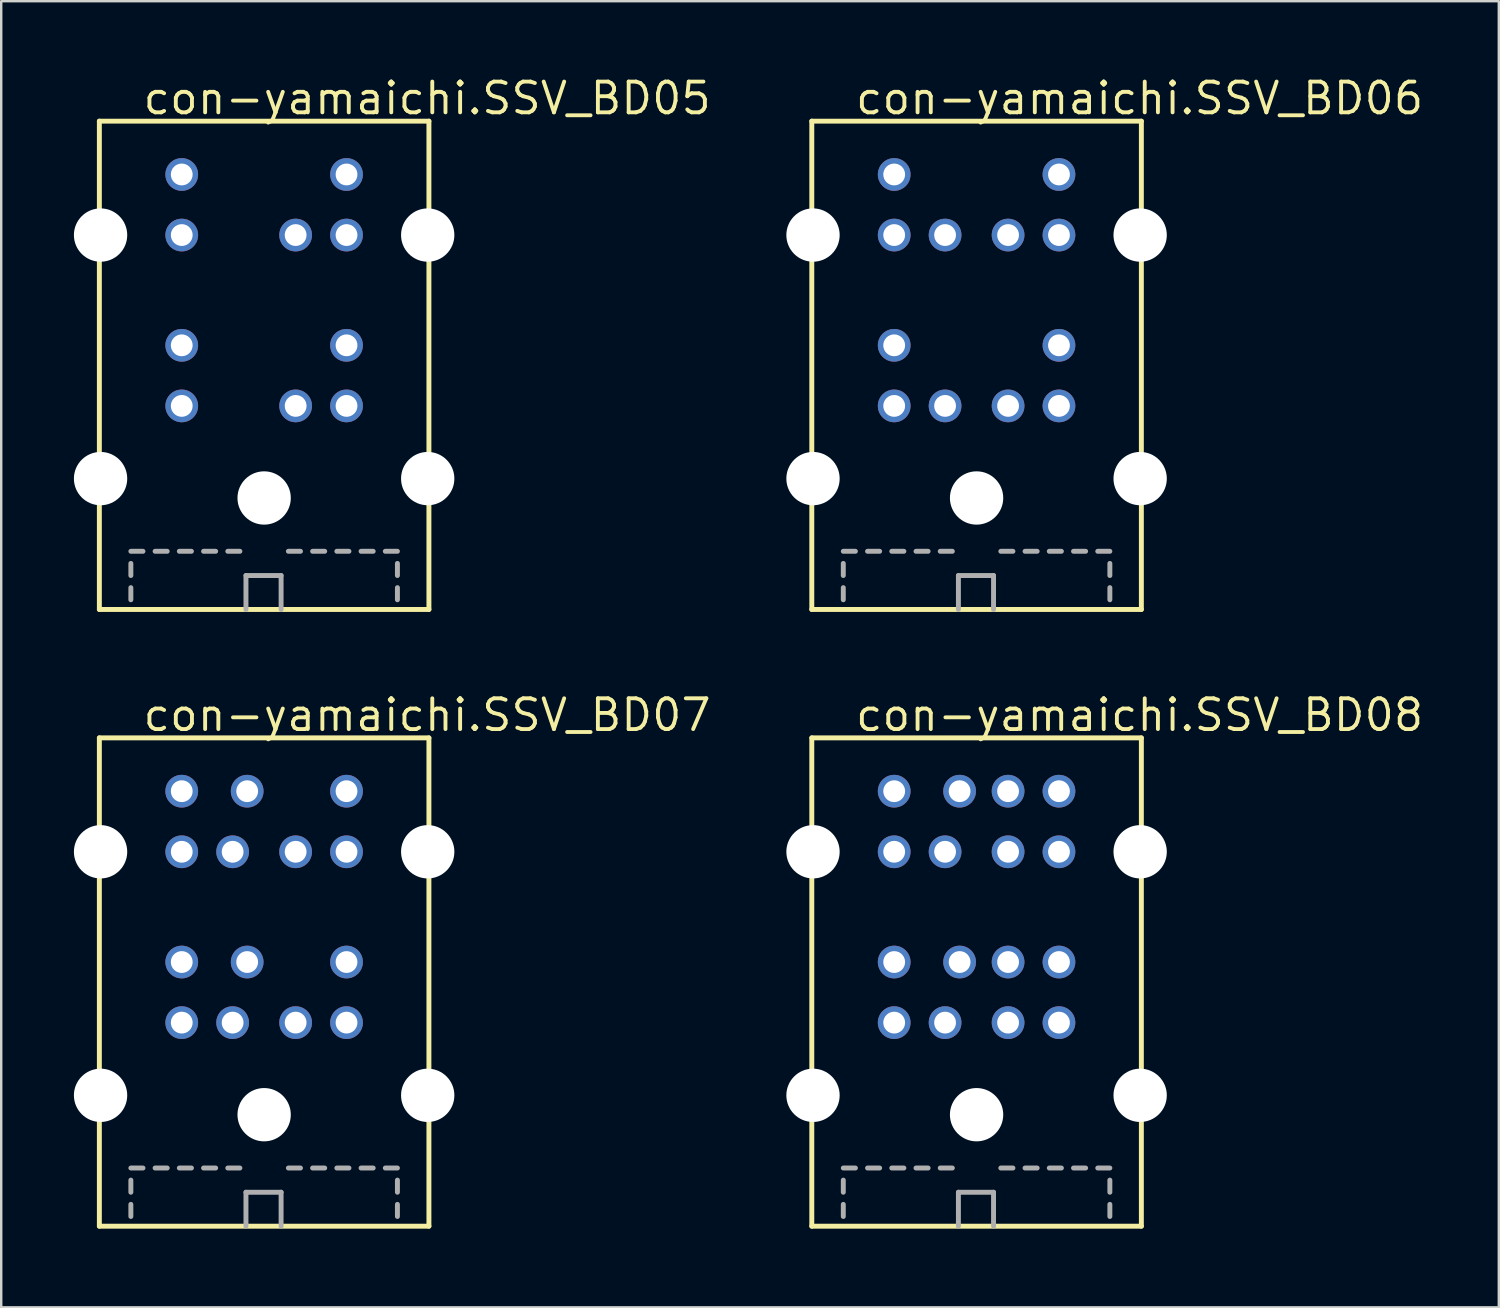
<source format=kicad_pcb>
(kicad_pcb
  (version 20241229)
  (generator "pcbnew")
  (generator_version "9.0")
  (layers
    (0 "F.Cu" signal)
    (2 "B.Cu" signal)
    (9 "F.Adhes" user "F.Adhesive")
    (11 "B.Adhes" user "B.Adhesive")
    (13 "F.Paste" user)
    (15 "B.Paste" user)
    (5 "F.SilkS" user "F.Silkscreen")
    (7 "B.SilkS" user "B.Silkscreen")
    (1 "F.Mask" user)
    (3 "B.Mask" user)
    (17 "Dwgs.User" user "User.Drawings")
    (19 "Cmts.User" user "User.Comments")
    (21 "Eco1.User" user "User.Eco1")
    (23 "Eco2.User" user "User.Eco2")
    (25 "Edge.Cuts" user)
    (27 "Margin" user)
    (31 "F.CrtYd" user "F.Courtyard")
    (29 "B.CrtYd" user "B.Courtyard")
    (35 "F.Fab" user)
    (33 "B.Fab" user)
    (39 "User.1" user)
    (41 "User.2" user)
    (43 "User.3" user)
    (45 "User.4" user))
  (footprint "con-yamaichi.SSV_BD08"
    (layer "F.Cu")
    (at 37.25 47.65)
    (property "Reference" "con-yamaichi.SSV_BD08" (at -5.08 -20.45 0) (layer "F.SilkS") (effects (font (size 1.27 1.27) (thickness 0.16)) (justify left bottom)))
    (attr through_hole)
    (fp_line (start -6.8 -20.25) (end -6.8 -0.1) (stroke (width 0.203) (type default)) (layer "F.SilkS"))
    (fp_line (start -6.8 -0.1) (end 6.8 -0.1) (stroke (width 0.203) (type default)) (layer "F.SilkS"))
    (fp_line (start 6.8 -20.25) (end -6.8 -20.25) (stroke (width 0.203) (type default)) (layer "F.SilkS"))
    (fp_line (start 6.8 -0.1) (end 6.8 -20.25) (stroke (width 0.203) (type default)) (layer "F.SilkS"))
    (fp_line (start -5.5 -2.5) (end -5 -2.5) (stroke (width 0.203) (type default)) (layer "F.Fab"))
    (fp_line (start -5.5 -1.5) (end -5.5 -2) (stroke (width 0.203) (type default)) (layer "F.Fab"))
    (fp_line (start -5.5 -0.5) (end -5.5 -1) (stroke (width 0.203) (type default)) (layer "F.Fab"))
    (fp_line (start -4.5 -2.5) (end -4 -2.5) (stroke (width 0.203) (type default)) (layer "F.Fab"))
    (fp_line (start -3.5 -2.5) (end -3 -2.5) (stroke (width 0.203) (type default)) (layer "F.Fab"))
    (fp_line (start -2.5 -2.5) (end -2 -2.5) (stroke (width 0.203) (type default)) (layer "F.Fab"))
    (fp_line (start -1.5 -2.5) (end -1 -2.5) (stroke (width 0.203) (type default)) (layer "F.Fab"))
    (fp_line (start -0.75 -1.5) (end 0.7 -1.5) (stroke (width 0.203) (type default)) (layer "F.Fab"))
    (fp_line (start -0.75 -0.1) (end -0.75 -1.5) (stroke (width 0.203) (type default)) (layer "F.Fab"))
    (fp_line (start 0.7 -1.5) (end 0.7 -0.1) (stroke (width 0.203) (type default)) (layer "F.Fab"))
    (fp_line (start 1 -2.5) (end 1.5 -2.5) (stroke (width 0.203) (type default)) (layer "F.Fab"))
    (fp_line (start 2 -2.5) (end 2.5 -2.5) (stroke (width 0.203) (type default)) (layer "F.Fab"))
    (fp_line (start 3 -2.5) (end 3.5 -2.5) (stroke (width 0.203) (type default)) (layer "F.Fab"))
    (fp_line (start 4 -2.5) (end 4.5 -2.5) (stroke (width 0.203) (type default)) (layer "F.Fab"))
    (fp_line (start 5 -2.5) (end 5.5 -2.5) (stroke (width 0.203) (type default)) (layer "F.Fab"))
    (fp_line (start 5.5 -1.5) (end 5.5 -2) (stroke (width 0.203) (type default)) (layer "F.Fab"))
    (fp_line (start 5.5 -0.5) (end 5.5 -1) (stroke (width 0.203) (type default)) (layer "F.Fab"))
    (pad "" np_thru_hole circle (at -6.75 -15.55) (size 2.2 2.2) (drill 2.2) (layers "*.Cu" "*.Mask"))
    (pad "" np_thru_hole circle (at -6.75 -5.5) (size 2.2 2.2) (drill 2.2) (layers "*.Cu" "*.Mask"))
    (pad "" np_thru_hole circle (at 0 -4.7) (size 2.2 2.2) (drill 2.2) (layers "*.Cu" "*.Mask"))
    (pad "" np_thru_hole circle (at 6.75 -15.55) (size 2.2 2.2) (drill 2.2) (layers "*.Cu" "*.Mask"))
    (pad "" np_thru_hole circle (at 6.75 -5.5) (size 2.2 2.2) (drill 2.2) (layers "*.Cu" "*.Mask"))
    (pad "1-1" thru_hole circle (at 1.3 -8.5) (size 1.35 1.35) (drill 0.9) (layers "*.Cu" "*.Mask"))
    (pad "1-2" thru_hole circle (at -1.3 -8.5) (size 1.35 1.35) (drill 0.9) (layers "*.Cu" "*.Mask"))
    (pad "1-3" thru_hole circle (at 3.4 -8.5) (size 1.35 1.35) (drill 0.9) (layers "*.Cu" "*.Mask"))
    (pad "1-4" thru_hole circle (at 1.3 -11) (size 1.35 1.35) (drill 0.9) (layers "*.Cu" "*.Mask"))
    (pad "1-5" thru_hole circle (at -3.4 -8.5) (size 1.35 1.35) (drill 0.9) (layers "*.Cu" "*.Mask"))
    (pad "1-6" thru_hole circle (at 3.4 -11) (size 1.35 1.35) (drill 0.9) (layers "*.Cu" "*.Mask"))
    (pad "1-7" thru_hole circle (at -0.7 -11) (size 1.35 1.35) (drill 0.9) (layers "*.Cu" "*.Mask"))
    (pad "1-8" thru_hole circle (at -3.4 -11) (size 1.35 1.35) (drill 0.9) (layers "*.Cu" "*.Mask"))
    (pad "2-1" thru_hole circle (at 1.3 -15.55) (size 1.35 1.35) (drill 0.9) (layers "*.Cu" "*.Mask"))
    (pad "2-2" thru_hole circle (at -1.3 -15.55) (size 1.35 1.35) (drill 0.9) (layers "*.Cu" "*.Mask"))
    (pad "2-3" thru_hole circle (at 3.4 -15.55) (size 1.35 1.35) (drill 0.9) (layers "*.Cu" "*.Mask"))
    (pad "2-4" thru_hole circle (at 1.3 -18.05) (size 1.35 1.35) (drill 0.9) (layers "*.Cu" "*.Mask"))
    (pad "2-5" thru_hole circle (at -3.4 -15.55) (size 1.35 1.35) (drill 0.9) (layers "*.Cu" "*.Mask"))
    (pad "2-6" thru_hole circle (at 3.4 -18.05) (size 1.35 1.35) (drill 0.9) (layers "*.Cu" "*.Mask"))
    (pad "2-7" thru_hole circle (at -0.7 -18.05) (size 1.35 1.35) (drill 0.9) (layers "*.Cu" "*.Mask"))
    (pad "2-8" thru_hole circle (at -3.4 -18.05) (size 1.35 1.35) (drill 0.9) (layers "*.Cu" "*.Mask")))
  (footprint "con-yamaichi.SSV_BD07"
    (layer "F.Cu")
    (at 7.85 47.65)
    (property "Reference" "con-yamaichi.SSV_BD07" (at -5.08 -20.45 0) (layer "F.SilkS") (effects (font (size 1.27 1.27) (thickness 0.16)) (justify left bottom)))
    (attr through_hole)
    (fp_line (start -6.8 -20.25) (end -6.8 -0.1) (stroke (width 0.203) (type default)) (layer "F.SilkS"))
    (fp_line (start -6.8 -0.1) (end 6.8 -0.1) (stroke (width 0.203) (type default)) (layer "F.SilkS"))
    (fp_line (start 6.8 -20.25) (end -6.8 -20.25) (stroke (width 0.203) (type default)) (layer "F.SilkS"))
    (fp_line (start 6.8 -0.1) (end 6.8 -20.25) (stroke (width 0.203) (type default)) (layer "F.SilkS"))
    (fp_line (start -5.5 -2.5) (end -5 -2.5) (stroke (width 0.203) (type default)) (layer "F.Fab"))
    (fp_line (start -5.5 -1.5) (end -5.5 -2) (stroke (width 0.203) (type default)) (layer "F.Fab"))
    (fp_line (start -5.5 -0.5) (end -5.5 -1) (stroke (width 0.203) (type default)) (layer "F.Fab"))
    (fp_line (start -4.5 -2.5) (end -4 -2.5) (stroke (width 0.203) (type default)) (layer "F.Fab"))
    (fp_line (start -3.5 -2.5) (end -3 -2.5) (stroke (width 0.203) (type default)) (layer "F.Fab"))
    (fp_line (start -2.5 -2.5) (end -2 -2.5) (stroke (width 0.203) (type default)) (layer "F.Fab"))
    (fp_line (start -1.5 -2.5) (end -1 -2.5) (stroke (width 0.203) (type default)) (layer "F.Fab"))
    (fp_line (start -0.75 -1.5) (end 0.7 -1.5) (stroke (width 0.203) (type default)) (layer "F.Fab"))
    (fp_line (start -0.75 -0.1) (end -0.75 -1.5) (stroke (width 0.203) (type default)) (layer "F.Fab"))
    (fp_line (start 0.7 -1.5) (end 0.7 -0.1) (stroke (width 0.203) (type default)) (layer "F.Fab"))
    (fp_line (start 1 -2.5) (end 1.5 -2.5) (stroke (width 0.203) (type default)) (layer "F.Fab"))
    (fp_line (start 2 -2.5) (end 2.5 -2.5) (stroke (width 0.203) (type default)) (layer "F.Fab"))
    (fp_line (start 3 -2.5) (end 3.5 -2.5) (stroke (width 0.203) (type default)) (layer "F.Fab"))
    (fp_line (start 4 -2.5) (end 4.5 -2.5) (stroke (width 0.203) (type default)) (layer "F.Fab"))
    (fp_line (start 5 -2.5) (end 5.5 -2.5) (stroke (width 0.203) (type default)) (layer "F.Fab"))
    (fp_line (start 5.5 -1.5) (end 5.5 -2) (stroke (width 0.203) (type default)) (layer "F.Fab"))
    (fp_line (start 5.5 -0.5) (end 5.5 -1) (stroke (width 0.203) (type default)) (layer "F.Fab"))
    (pad "" np_thru_hole circle (at -6.75 -15.55) (size 2.2 2.2) (drill 2.2) (layers "*.Cu" "*.Mask"))
    (pad "" np_thru_hole circle (at -6.75 -5.5) (size 2.2 2.2) (drill 2.2) (layers "*.Cu" "*.Mask"))
    (pad "" np_thru_hole circle (at 0 -4.7) (size 2.2 2.2) (drill 2.2) (layers "*.Cu" "*.Mask"))
    (pad "" np_thru_hole circle (at 6.75 -15.55) (size 2.2 2.2) (drill 2.2) (layers "*.Cu" "*.Mask"))
    (pad "" np_thru_hole circle (at 6.75 -5.5) (size 2.2 2.2) (drill 2.2) (layers "*.Cu" "*.Mask"))
    (pad "1-1" thru_hole circle (at 1.3 -8.5) (size 1.35 1.35) (drill 0.9) (layers "*.Cu" "*.Mask"))
    (pad "1-2" thru_hole circle (at -1.3 -8.5) (size 1.35 1.35) (drill 0.9) (layers "*.Cu" "*.Mask"))
    (pad "1-3" thru_hole circle (at 3.4 -8.5) (size 1.35 1.35) (drill 0.9) (layers "*.Cu" "*.Mask"))
    (pad "1-4" thru_hole circle (at -3.4 -8.5) (size 1.35 1.35) (drill 0.9) (layers "*.Cu" "*.Mask"))
    (pad "1-5" thru_hole circle (at 3.4 -11) (size 1.35 1.35) (drill 0.9) (layers "*.Cu" "*.Mask"))
    (pad "1-6" thru_hole circle (at -0.7 -11) (size 1.35 1.35) (drill 0.9) (layers "*.Cu" "*.Mask"))
    (pad "1-7" thru_hole circle (at -3.4 -11) (size 1.35 1.35) (drill 0.9) (layers "*.Cu" "*.Mask"))
    (pad "2-1" thru_hole circle (at 1.3 -15.55) (size 1.35 1.35) (drill 0.9) (layers "*.Cu" "*.Mask"))
    (pad "2-2" thru_hole circle (at -1.3 -15.55) (size 1.35 1.35) (drill 0.9) (layers "*.Cu" "*.Mask"))
    (pad "2-3" thru_hole circle (at 3.4 -15.55) (size 1.35 1.35) (drill 0.9) (layers "*.Cu" "*.Mask"))
    (pad "2-4" thru_hole circle (at -3.4 -15.55) (size 1.35 1.35) (drill 0.9) (layers "*.Cu" "*.Mask"))
    (pad "2-5" thru_hole circle (at 3.4 -18.05) (size 1.35 1.35) (drill 0.9) (layers "*.Cu" "*.Mask"))
    (pad "2-6" thru_hole circle (at -0.7 -18.05) (size 1.35 1.35) (drill 0.9) (layers "*.Cu" "*.Mask"))
    (pad "2-7" thru_hole circle (at -3.4 -18.05) (size 1.35 1.35) (drill 0.9) (layers "*.Cu" "*.Mask")))
  (footprint "con-yamaichi.SSV_BD06"
    (layer "F.Cu")
    (at 37.25 22.2)
    (property "Reference" "con-yamaichi.SSV_BD06" (at -5.08 -20.45 0) (layer "F.SilkS") (effects (font (size 1.27 1.27) (thickness 0.16)) (justify left bottom)))
    (attr through_hole)
    (fp_line (start -6.8 -20.25) (end -6.8 -0.1) (stroke (width 0.203) (type default)) (layer "F.SilkS"))
    (fp_line (start -6.8 -0.1) (end 6.8 -0.1) (stroke (width 0.203) (type default)) (layer "F.SilkS"))
    (fp_line (start 6.8 -20.25) (end -6.8 -20.25) (stroke (width 0.203) (type default)) (layer "F.SilkS"))
    (fp_line (start 6.8 -0.1) (end 6.8 -20.25) (stroke (width 0.203) (type default)) (layer "F.SilkS"))
    (fp_line (start -5.5 -2.5) (end -5 -2.5) (stroke (width 0.203) (type default)) (layer "F.Fab"))
    (fp_line (start -5.5 -1.5) (end -5.5 -2) (stroke (width 0.203) (type default)) (layer "F.Fab"))
    (fp_line (start -5.5 -0.5) (end -5.5 -1) (stroke (width 0.203) (type default)) (layer "F.Fab"))
    (fp_line (start -4.5 -2.5) (end -4 -2.5) (stroke (width 0.203) (type default)) (layer "F.Fab"))
    (fp_line (start -3.5 -2.5) (end -3 -2.5) (stroke (width 0.203) (type default)) (layer "F.Fab"))
    (fp_line (start -2.5 -2.5) (end -2 -2.5) (stroke (width 0.203) (type default)) (layer "F.Fab"))
    (fp_line (start -1.5 -2.5) (end -1 -2.5) (stroke (width 0.203) (type default)) (layer "F.Fab"))
    (fp_line (start -0.75 -1.5) (end 0.7 -1.5) (stroke (width 0.203) (type default)) (layer "F.Fab"))
    (fp_line (start -0.75 -0.1) (end -0.75 -1.5) (stroke (width 0.203) (type default)) (layer "F.Fab"))
    (fp_line (start 0.7 -1.5) (end 0.7 -0.1) (stroke (width 0.203) (type default)) (layer "F.Fab"))
    (fp_line (start 1 -2.5) (end 1.5 -2.5) (stroke (width 0.203) (type default)) (layer "F.Fab"))
    (fp_line (start 2 -2.5) (end 2.5 -2.5) (stroke (width 0.203) (type default)) (layer "F.Fab"))
    (fp_line (start 3 -2.5) (end 3.5 -2.5) (stroke (width 0.203) (type default)) (layer "F.Fab"))
    (fp_line (start 4 -2.5) (end 4.5 -2.5) (stroke (width 0.203) (type default)) (layer "F.Fab"))
    (fp_line (start 5 -2.5) (end 5.5 -2.5) (stroke (width 0.203) (type default)) (layer "F.Fab"))
    (fp_line (start 5.5 -1.5) (end 5.5 -2) (stroke (width 0.203) (type default)) (layer "F.Fab"))
    (fp_line (start 5.5 -0.5) (end 5.5 -1) (stroke (width 0.203) (type default)) (layer "F.Fab"))
    (pad "" np_thru_hole circle (at -6.75 -15.55) (size 2.2 2.2) (drill 2.2) (layers "*.Cu" "*.Mask"))
    (pad "" np_thru_hole circle (at -6.75 -5.5) (size 2.2 2.2) (drill 2.2) (layers "*.Cu" "*.Mask"))
    (pad "" np_thru_hole circle (at 0 -4.7) (size 2.2 2.2) (drill 2.2) (layers "*.Cu" "*.Mask"))
    (pad "" np_thru_hole circle (at 6.75 -15.55) (size 2.2 2.2) (drill 2.2) (layers "*.Cu" "*.Mask"))
    (pad "" np_thru_hole circle (at 6.75 -5.5) (size 2.2 2.2) (drill 2.2) (layers "*.Cu" "*.Mask"))
    (pad "1-1" thru_hole circle (at 1.3 -8.5) (size 1.35 1.35) (drill 0.9) (layers "*.Cu" "*.Mask"))
    (pad "1-2" thru_hole circle (at -1.3 -8.5) (size 1.35 1.35) (drill 0.9) (layers "*.Cu" "*.Mask"))
    (pad "1-3" thru_hole circle (at 3.4 -8.5) (size 1.35 1.35) (drill 0.9) (layers "*.Cu" "*.Mask"))
    (pad "1-4" thru_hole circle (at -3.4 -8.5) (size 1.35 1.35) (drill 0.9) (layers "*.Cu" "*.Mask"))
    (pad "1-5" thru_hole circle (at 3.4 -11) (size 1.35 1.35) (drill 0.9) (layers "*.Cu" "*.Mask"))
    (pad "1-6" thru_hole circle (at -3.4 -11) (size 1.35 1.35) (drill 0.9) (layers "*.Cu" "*.Mask"))
    (pad "2-1" thru_hole circle (at 1.3 -15.55) (size 1.35 1.35) (drill 0.9) (layers "*.Cu" "*.Mask"))
    (pad "2-2" thru_hole circle (at -1.3 -15.55) (size 1.35 1.35) (drill 0.9) (layers "*.Cu" "*.Mask"))
    (pad "2-3" thru_hole circle (at 3.4 -15.55) (size 1.35 1.35) (drill 0.9) (layers "*.Cu" "*.Mask"))
    (pad "2-4" thru_hole circle (at -3.4 -15.55) (size 1.35 1.35) (drill 0.9) (layers "*.Cu" "*.Mask"))
    (pad "2-5" thru_hole circle (at 3.4 -18.05) (size 1.35 1.35) (drill 0.9) (layers "*.Cu" "*.Mask"))
    (pad "2-6" thru_hole circle (at -3.4 -18.05) (size 1.35 1.35) (drill 0.9) (layers "*.Cu" "*.Mask")))
  (footprint "con-yamaichi.SSV_BD05"
    (layer "F.Cu")
    (at 7.85 22.2)
    (property "Reference" "con-yamaichi.SSV_BD05" (at -5.08 -20.45 0) (layer "F.SilkS") (effects (font (size 1.27 1.27) (thickness 0.16)) (justify left bottom)))
    (attr through_hole)
    (fp_line (start -6.8 -20.25) (end -6.8 -0.1) (stroke (width 0.203) (type default)) (layer "F.SilkS"))
    (fp_line (start -6.8 -0.1) (end 6.8 -0.1) (stroke (width 0.203) (type default)) (layer "F.SilkS"))
    (fp_line (start 6.8 -20.25) (end -6.8 -20.25) (stroke (width 0.203) (type default)) (layer "F.SilkS"))
    (fp_line (start 6.8 -0.1) (end 6.8 -20.25) (stroke (width 0.203) (type default)) (layer "F.SilkS"))
    (fp_line (start -5.5 -2.5) (end -5 -2.5) (stroke (width 0.203) (type default)) (layer "F.Fab"))
    (fp_line (start -5.5 -1.5) (end -5.5 -2) (stroke (width 0.203) (type default)) (layer "F.Fab"))
    (fp_line (start -5.5 -0.5) (end -5.5 -1) (stroke (width 0.203) (type default)) (layer "F.Fab"))
    (fp_line (start -4.5 -2.5) (end -4 -2.5) (stroke (width 0.203) (type default)) (layer "F.Fab"))
    (fp_line (start -3.5 -2.5) (end -3 -2.5) (stroke (width 0.203) (type default)) (layer "F.Fab"))
    (fp_line (start -2.5 -2.5) (end -2 -2.5) (stroke (width 0.203) (type default)) (layer "F.Fab"))
    (fp_line (start -1.5 -2.5) (end -1 -2.5) (stroke (width 0.203) (type default)) (layer "F.Fab"))
    (fp_line (start -0.75 -1.5) (end 0.7 -1.5) (stroke (width 0.203) (type default)) (layer "F.Fab"))
    (fp_line (start -0.75 -0.1) (end -0.75 -1.5) (stroke (width 0.203) (type default)) (layer "F.Fab"))
    (fp_line (start 0.7 -1.5) (end 0.7 -0.1) (stroke (width 0.203) (type default)) (layer "F.Fab"))
    (fp_line (start 1 -2.5) (end 1.5 -2.5) (stroke (width 0.203) (type default)) (layer "F.Fab"))
    (fp_line (start 2 -2.5) (end 2.5 -2.5) (stroke (width 0.203) (type default)) (layer "F.Fab"))
    (fp_line (start 3 -2.5) (end 3.5 -2.5) (stroke (width 0.203) (type default)) (layer "F.Fab"))
    (fp_line (start 4 -2.5) (end 4.5 -2.5) (stroke (width 0.203) (type default)) (layer "F.Fab"))
    (fp_line (start 5 -2.5) (end 5.5 -2.5) (stroke (width 0.203) (type default)) (layer "F.Fab"))
    (fp_line (start 5.5 -1.5) (end 5.5 -2) (stroke (width 0.203) (type default)) (layer "F.Fab"))
    (fp_line (start 5.5 -0.5) (end 5.5 -1) (stroke (width 0.203) (type default)) (layer "F.Fab"))
    (pad "" np_thru_hole circle (at -6.75 -15.55) (size 2.2 2.2) (drill 2.2) (layers "*.Cu" "*.Mask"))
    (pad "" np_thru_hole circle (at -6.75 -5.5) (size 2.2 2.2) (drill 2.2) (layers "*.Cu" "*.Mask"))
    (pad "" np_thru_hole circle (at 0 -4.7) (size 2.2 2.2) (drill 2.2) (layers "*.Cu" "*.Mask"))
    (pad "" np_thru_hole circle (at 6.75 -15.55) (size 2.2 2.2) (drill 2.2) (layers "*.Cu" "*.Mask"))
    (pad "" np_thru_hole circle (at 6.75 -5.5) (size 2.2 2.2) (drill 2.2) (layers "*.Cu" "*.Mask"))
    (pad "1-1" thru_hole circle (at 1.3 -8.5) (size 1.35 1.35) (drill 0.9) (layers "*.Cu" "*.Mask"))
    (pad "1-2" thru_hole circle (at 3.4 -8.5) (size 1.35 1.35) (drill 0.9) (layers "*.Cu" "*.Mask"))
    (pad "1-3" thru_hole circle (at -3.4 -8.5) (size 1.35 1.35) (drill 0.9) (layers "*.Cu" "*.Mask"))
    (pad "1-4" thru_hole circle (at 3.4 -11) (size 1.35 1.35) (drill 0.9) (layers "*.Cu" "*.Mask"))
    (pad "1-5" thru_hole circle (at -3.4 -11) (size 1.35 1.35) (drill 0.9) (layers "*.Cu" "*.Mask"))
    (pad "2-1" thru_hole circle (at 1.3 -15.55) (size 1.35 1.35) (drill 0.9) (layers "*.Cu" "*.Mask"))
    (pad "2-2" thru_hole circle (at 3.4 -15.55) (size 1.35 1.35) (drill 0.9) (layers "*.Cu" "*.Mask"))
    (pad "2-3" thru_hole circle (at -3.4 -15.55) (size 1.35 1.35) (drill 0.9) (layers "*.Cu" "*.Mask"))
    (pad "2-4" thru_hole circle (at 3.4 -18.05) (size 1.35 1.35) (drill 0.9) (layers "*.Cu" "*.Mask"))
    (pad "2-5" thru_hole circle (at -3.4 -18.05) (size 1.35 1.35) (drill 0.9) (layers "*.Cu" "*.Mask")))
  (gr_rect
    (start -3 -3)
    (end 58.801 50.9)
    (stroke (width 0.1) (type default))
    (fill no)
    (layer "Edge.Cuts")))
</source>
